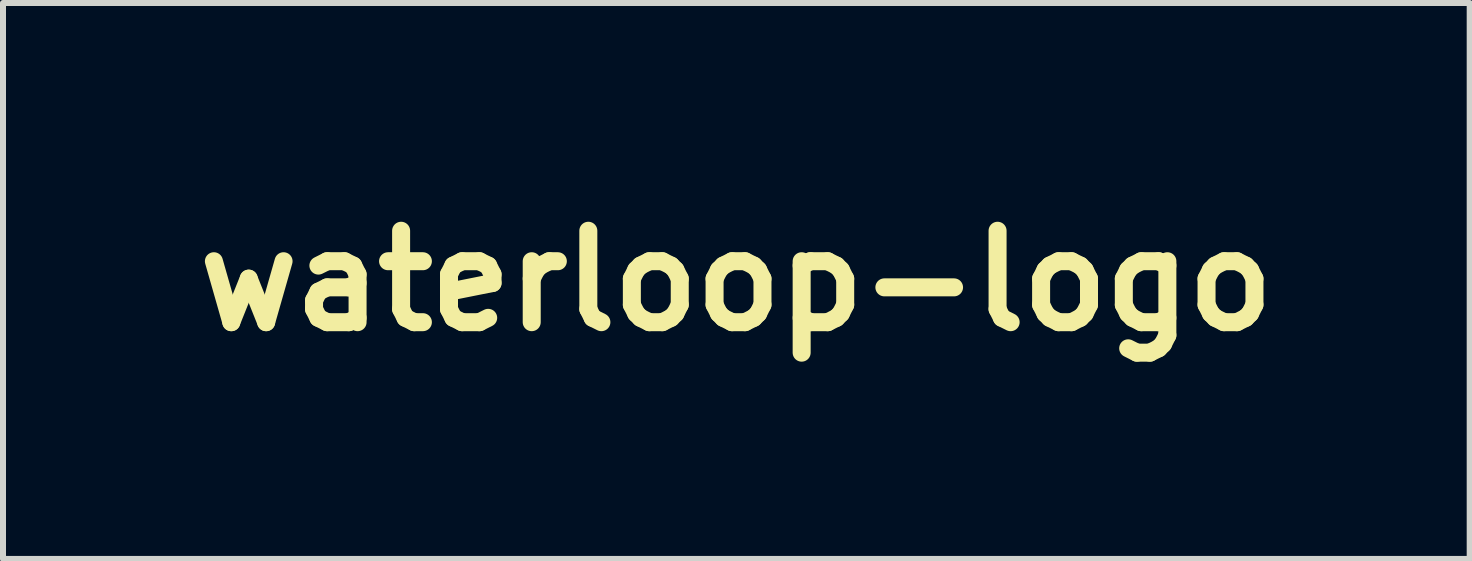
<source format=kicad_pcb>
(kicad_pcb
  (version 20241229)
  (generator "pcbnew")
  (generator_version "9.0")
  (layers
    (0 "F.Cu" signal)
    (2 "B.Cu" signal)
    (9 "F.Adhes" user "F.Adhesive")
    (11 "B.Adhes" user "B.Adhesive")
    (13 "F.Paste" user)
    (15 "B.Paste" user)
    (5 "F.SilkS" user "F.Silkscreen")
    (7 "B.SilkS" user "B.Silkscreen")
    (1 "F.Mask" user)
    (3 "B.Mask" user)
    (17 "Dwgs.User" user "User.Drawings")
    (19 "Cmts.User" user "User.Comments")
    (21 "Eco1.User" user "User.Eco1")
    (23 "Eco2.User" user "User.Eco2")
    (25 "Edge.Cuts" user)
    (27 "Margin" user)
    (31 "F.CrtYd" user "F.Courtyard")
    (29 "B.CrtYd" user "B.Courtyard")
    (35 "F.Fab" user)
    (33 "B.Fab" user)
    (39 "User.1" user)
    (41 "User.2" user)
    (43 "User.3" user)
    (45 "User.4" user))
  (footprint "waterloop-logo"
    (layer "F.Cu")
    (at 9.224 1.631)
    (property "Reference" "waterloop-logo" (at 0 0 0) (layer "F.SilkS") (effects (font (size 1.524 1.524) (thickness 0.3))))
    (attr through_hole)
    (fp_poly (pts (xy -1.846 -1.621) (xy -1.838 -1.621) (xy -1.782 -1.621) (xy -1.733 -1.621) (xy -1.692 -1.621) (xy -1.657 -1.62) (xy -1.628 -1.62) (xy -1.605 -1.619) (xy -1.587 -1.618) (xy -1.573 -1.617) (xy -1.563 -1.615) (xy -1.555 -1.613) (xy -1.551 -1.611) (xy -1.549 -1.61) (xy -1.545 -1.603) (xy -1.543 -1.592) (xy -1.542 -1.589) (xy -1.543 -1.577) (xy -1.547 -1.558) (xy -1.554 -1.532) (xy -1.563 -1.501) (xy -1.575 -1.466) (xy -1.589 -1.427) (xy -1.605 -1.385) (xy -1.622 -1.34) (xy -1.641 -1.294) (xy -1.661 -1.247) (xy -1.681 -1.2) (xy -1.701 -1.154) (xy -1.722 -1.109) (xy -1.742 -1.067) (xy -1.751 -1.048) (xy -1.785 -0.982) (xy -1.818 -0.924) (xy -1.849 -0.874) (xy -1.88 -0.83) (xy -1.911 -0.793) (xy -1.942 -0.761) (xy -1.973 -0.735) (xy -2.006 -0.714) (xy -2.021 -0.706) (xy -2.075 -0.683) (xy -2.133 -0.666) (xy -2.192 -0.656) (xy -2.251 -0.653) (xy -2.308 -0.656) (xy -2.321 -0.658) (xy -2.376 -0.672) (xy -2.432 -0.693) (xy -2.465 -0.708) (xy -2.517 -0.74) (xy -2.564 -0.777) (xy -2.606 -0.82) (xy -2.641 -0.867) (xy -2.67 -0.918) (xy -2.693 -0.971) (xy -2.709 -1.027) (xy -2.719 -1.084) (xy -2.721 -1.142) (xy -2.717 -1.2) (xy -2.705 -1.258) (xy -2.685 -1.314) (xy -2.66 -1.364) (xy -2.629 -1.411) (xy -2.593 -1.454) (xy -2.553 -1.492) (xy -2.51 -1.524) (xy -2.465 -1.549) (xy -2.446 -1.557) (xy -2.412 -1.57) (xy -2.373 -1.58) (xy -2.328 -1.59) (xy -2.276 -1.599) (xy -2.218 -1.607) (xy -2.165 -1.613) (xy -2.146 -1.615) (xy -2.128 -1.616) (xy -2.11 -1.618) (xy -2.09 -1.619) (xy -2.069 -1.62) (xy -2.044 -1.62) (xy -2.016 -1.621) (xy -1.983 -1.621) (xy -1.944 -1.621) (xy -1.899 -1.621) (xy -1.846 -1.621)) (stroke (width 0.01) (type solid)) (fill yes) (layer "F.Mask"))
    (fp_poly (pts (xy 0.634 -1.615) (xy 0.641 -1.605) (xy 0.643 -1.594) (xy 0.641 -1.581) (xy 0.635 -1.565) (xy 0.624 -1.544) (xy 0.617 -1.532) (xy 0.599 -1.503) (xy 0.578 -1.468) (xy 0.553 -1.428) (xy 0.525 -1.382) (xy 0.494 -1.331) (xy 0.46 -1.276) (xy 0.424 -1.216) (xy 0.385 -1.153) (xy 0.344 -1.085) (xy 0.3 -1.015) (xy 0.255 -0.941) (xy 0.208 -0.864) (xy 0.159 -0.785) (xy 0.109 -0.703) (xy 0.058 -0.619) (xy 0.006 -0.534) (xy -0.048 -0.448) (xy -0.101 -0.36) (xy -0.156 -0.272) (xy -0.21 -0.183) (xy -0.265 -0.094) (xy -0.319 -0.005) (xy -0.374 0.083) (xy -0.428 0.171) (xy -0.481 0.258) (xy -0.533 0.343) (xy -0.585 0.427) (xy -0.635 0.509) (xy -0.684 0.588) (xy -0.732 0.665) (xy -0.777 0.74) (xy -0.821 0.811) (xy -0.863 0.878) (xy -0.902 0.942) (xy -0.939 1.002) (xy -0.974 1.058) (xy -1.005 1.109) (xy -1.034 1.155) (xy -1.059 1.196) (xy -1.081 1.232) (xy -1.099 1.262) (xy -1.114 1.285) (xy -1.125 1.303) (xy -1.132 1.313) (xy -1.134 1.317) (xy -1.183 1.375) (xy -1.238 1.429) (xy -1.299 1.477) (xy -1.365 1.52) (xy -1.435 1.557) (xy -1.509 1.586) (xy -1.586 1.609) (xy -1.613 1.615) (xy -1.624 1.617) (xy -1.635 1.619) (xy -1.645 1.621) (xy -1.656 1.622) (xy -1.669 1.623) (xy -1.684 1.624) (xy -1.702 1.625) (xy -1.723 1.626) (xy -1.75 1.626) (xy -1.782 1.627) (xy -1.82 1.627) (xy -1.865 1.628) (xy -1.905 1.628) (xy -2.144 1.631) (xy -2.156 1.619) (xy -2.163 1.608) (xy -2.167 1.597) (xy -2.167 1.595) (xy -2.165 1.59) (xy -2.159 1.578) (xy -2.148 1.559) (xy -2.133 1.534) (xy -2.114 1.501) (xy -2.09 1.462) (xy -2.063 1.416) (xy -2.032 1.365) (xy -1.997 1.307) (xy -1.958 1.243) (xy -1.916 1.173) (xy -1.87 1.097) (xy -1.821 1.016) (xy -1.768 0.929) (xy -1.717 0.846) (xy -1.672 0.772) (xy -1.625 0.695) (xy -1.576 0.615) (xy -1.527 0.534) (xy -1.476 0.451) (xy -1.424 0.366) (xy -1.371 0.28) (xy -1.318 0.194) (xy -1.265 0.107) (xy -1.212 0.019) (xy -1.158 -0.068) (xy -1.105 -0.154) (xy -1.052 -0.24) (xy -1 -0.325) (xy -0.949 -0.408) (xy -0.899 -0.49) (xy -0.85 -0.57) (xy -0.802 -0.647) (xy -0.756 -0.722) (xy -0.712 -0.794) (xy -0.67 -0.862) (xy -0.63 -0.927) (xy -0.592 -0.988) (xy -0.557 -1.045) (xy -0.525 -1.097) (xy -0.496 -1.144) (xy -0.469 -1.186) (xy -0.447 -1.223) (xy -0.427 -1.254) (xy -0.412 -1.279) (xy -0.4 -1.297) (xy -0.393 -1.309) (xy -0.39 -1.312) (xy -0.375 -1.332) (xy -0.354 -1.356) (xy -0.33 -1.382) (xy -0.304 -1.408) (xy -0.277 -1.432) (xy -0.253 -1.454) (xy -0.233 -1.469) (xy -0.171 -1.511) (xy -0.103 -1.547) (xy -0.031 -1.578) (xy 0.043 -1.603) (xy 0.105 -1.618) (xy 0.115 -1.619) (xy 0.133 -1.62) (xy 0.159 -1.621) (xy 0.192 -1.622) (xy 0.232 -1.622) (xy 0.278 -1.623) (xy 0.331 -1.624) (xy 0.377 -1.624) (xy 0.625 -1.626) (xy 0.634 -1.615)) (stroke (width 0.01) (type solid)) (fill yes) (layer "F.Mask"))
    (fp_poly (pts (xy 2.718 -1.615) (xy 2.723 -1.608) (xy 2.725 -1.603) (xy 2.723 -1.595) (xy 2.72 -1.587) (xy 2.717 -1.579) (xy 2.712 -1.569) (xy 2.706 -1.557) (xy 2.698 -1.542) (xy 2.688 -1.525) (xy 2.677 -1.504) (xy 2.663 -1.48) (xy 2.647 -1.453) (xy 2.629 -1.422) (xy 2.608 -1.387) (xy 2.584 -1.348) (xy 2.558 -1.304) (xy 2.529 -1.256) (xy 2.497 -1.203) (xy 2.462 -1.146) (xy 2.424 -1.082) (xy 2.382 -1.014) (xy 2.336 -0.939) (xy 2.287 -0.859) (xy 2.234 -0.773) (xy 2.177 -0.68) (xy 2.116 -0.58) (xy 2.051 -0.474) (xy 2.006 -0.4) (xy 1.966 -0.335) (xy 1.925 -0.268) (xy 1.882 -0.198) (xy 1.837 -0.126) (xy 1.792 -0.052) (xy 1.746 0.023) (xy 1.699 0.099) (xy 1.651 0.176) (xy 1.604 0.253) (xy 1.556 0.33) (xy 1.509 0.406) (xy 1.462 0.482) (xy 1.416 0.557) (xy 1.37 0.631) (xy 1.326 0.702) (xy 1.282 0.772) (xy 1.241 0.839) (xy 1.201 0.904) (xy 1.163 0.965) (xy 1.127 1.023) (xy 1.093 1.077) (xy 1.062 1.127) (xy 1.034 1.172) (xy 1.009 1.212) (xy 0.987 1.248) (xy 0.968 1.277) (xy 0.953 1.301) (xy 0.942 1.319) (xy 0.935 1.33) (xy 0.932 1.333) (xy 0.924 1.343) (xy 0.911 1.357) (xy 0.895 1.374) (xy 0.877 1.392) (xy 0.864 1.406) (xy 0.814 1.452) (xy 0.761 1.492) (xy 0.704 1.528) (xy 0.65 1.556) (xy 0.619 1.57) (xy 0.591 1.582) (xy 0.565 1.592) (xy 0.538 1.6) (xy 0.506 1.608) (xy 0.493 1.611) (xy 0.474 1.615) (xy 0.451 1.618) (xy 0.424 1.621) (xy 0.392 1.623) (xy 0.355 1.625) (xy 0.312 1.627) (xy 0.263 1.628) (xy 0.206 1.629) (xy 0.142 1.629) (xy 0.092 1.63) (xy -0.063 1.63) (xy -0.072 1.619) (xy -0.077 1.611) (xy -0.081 1.605) (xy -0.082 1.597) (xy -0.08 1.589) (xy -0.076 1.577) (xy -0.068 1.562) (xy -0.056 1.542) (xy -0.04 1.516) (xy -0.038 1.511) (xy 0.022 1.414) (xy 0.082 1.314) (xy 0.143 1.213) (xy 0.206 1.111) (xy 0.269 1.008) (xy 0.332 0.904) (xy 0.396 0.799) (xy 0.46 0.694) (xy 0.524 0.589) (xy 0.588 0.484) (xy 0.651 0.38) (xy 0.715 0.276) (xy 0.777 0.174) (xy 0.839 0.072) (xy 0.9 -0.027) (xy 0.96 -0.125) (xy 1.019 -0.221) (xy 1.076 -0.315) (xy 1.132 -0.406) (xy 1.186 -0.494) (xy 1.238 -0.579) (xy 1.288 -0.661) (xy 1.336 -0.739) (xy 1.382 -0.813) (xy 1.425 -0.883) (xy 1.465 -0.949) (xy 1.503 -1.01) (xy 1.537 -1.066) (xy 1.569 -1.117) (xy 1.597 -1.162) (xy 1.622 -1.202) (xy 1.643 -1.236) (xy 1.66 -1.264) (xy 1.673 -1.285) (xy 1.682 -1.299) (xy 1.687 -1.306) (xy 1.73 -1.36) (xy 1.78 -1.411) (xy 1.836 -1.459) (xy 1.896 -1.502) (xy 1.96 -1.539) (xy 1.968 -1.543) (xy 2.02 -1.566) (xy 2.075 -1.587) (xy 2.131 -1.603) (xy 2.185 -1.615) (xy 2.229 -1.621) (xy 2.242 -1.622) (xy 2.263 -1.623) (xy 2.291 -1.624) (xy 2.323 -1.624) (xy 2.36 -1.625) (xy 2.401 -1.625) (xy 2.443 -1.625) (xy 2.487 -1.626) (xy 2.492 -1.626) (xy 2.708 -1.626) (xy 2.718 -1.615)) (stroke (width 0.01) (type solid)) (fill yes) (layer "F.Mask")))
  (gr_rect
    (start -3 -3)
    (end 21.448 6.267)
    (stroke (width 0.1) (type default))
    (fill no)
    (layer "Edge.Cuts")))
</source>
